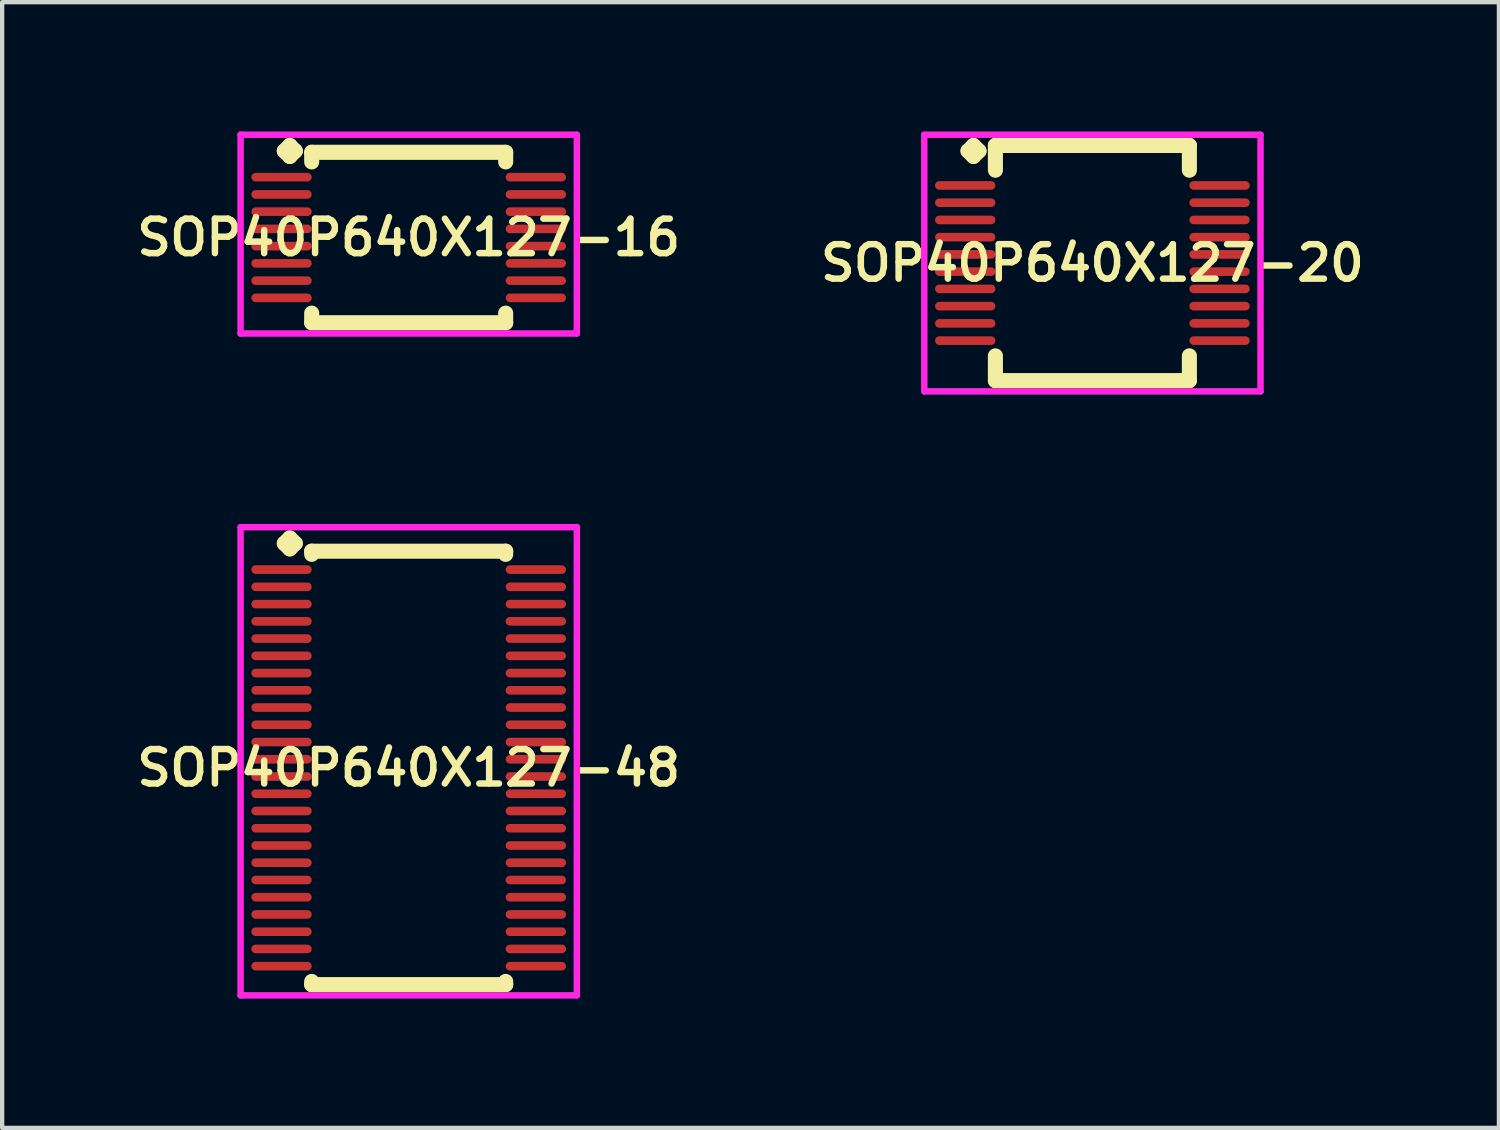
<source format=kicad_pcb>
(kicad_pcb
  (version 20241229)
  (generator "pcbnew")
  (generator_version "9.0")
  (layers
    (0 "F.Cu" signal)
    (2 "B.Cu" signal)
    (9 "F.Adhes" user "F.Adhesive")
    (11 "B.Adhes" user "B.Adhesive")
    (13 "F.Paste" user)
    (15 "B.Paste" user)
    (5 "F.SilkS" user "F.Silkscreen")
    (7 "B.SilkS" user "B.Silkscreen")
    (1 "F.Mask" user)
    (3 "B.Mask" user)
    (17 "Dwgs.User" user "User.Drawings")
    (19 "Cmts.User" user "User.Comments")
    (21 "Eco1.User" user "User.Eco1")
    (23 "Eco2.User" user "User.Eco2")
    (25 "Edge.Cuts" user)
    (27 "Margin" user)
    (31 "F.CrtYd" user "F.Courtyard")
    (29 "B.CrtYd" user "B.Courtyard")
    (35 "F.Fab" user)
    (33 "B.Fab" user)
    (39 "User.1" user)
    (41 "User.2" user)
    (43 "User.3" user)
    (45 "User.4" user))
  (footprint "SOP40P640X127-20"
    (layer "F.Cu")
    (at 22.292 3.052)
    (property "Reference" "SOP40P640X127-20" (at 0 0 0) (layer "F.SilkS") (effects (font (size 0.8 0.8) (thickness 0.15))))
    (attr smd)
    (fp_line (start -2.885 -2.6) (end -2.758 -2.727) (stroke (width 0.35) (type solid)) (layer "F.SilkS"))
    (fp_line (start -2.758 -2.727) (end -2.631 -2.6) (stroke (width 0.35) (type solid)) (layer "F.SilkS"))
    (fp_line (start -2.758 -2.473) (end -2.885 -2.6) (stroke (width 0.35) (type solid)) (layer "F.SilkS"))
    (fp_line (start -2.631 -2.6) (end -2.758 -2.473) (stroke (width 0.35) (type solid)) (layer "F.SilkS"))
    (fp_line (start -2.25 -2.727) (end 2.25 -2.727) (stroke (width 0.35) (type solid)) (layer "F.SilkS"))
    (fp_line (start -2.25 -2.154) (end -2.25 -2.727) (stroke (width 0.35) (type solid)) (layer "F.SilkS"))
    (fp_line (start -2.25 2.154) (end -2.25 2.727) (stroke (width 0.35) (type solid)) (layer "F.SilkS"))
    (fp_line (start -2.25 2.727) (end 2.25 2.727) (stroke (width 0.35) (type solid)) (layer "F.SilkS"))
    (fp_line (start 2.25 -2.727) (end 2.25 -2.154) (stroke (width 0.35) (type solid)) (layer "F.SilkS"))
    (fp_line (start 2.25 2.727) (end 2.25 2.154) (stroke (width 0.35) (type solid)) (layer "F.SilkS"))
    (fp_line (start -3.9 -2.977) (end 3.9 -2.977) (stroke (width 0.15) (type solid)) (layer "F.CrtYd"))
    (fp_line (start -3.9 2.977) (end -3.9 -2.977) (stroke (width 0.15) (type solid)) (layer "F.CrtYd"))
    (fp_line (start 3.9 -2.977) (end 3.9 2.977) (stroke (width 0.15) (type solid)) (layer "F.CrtYd"))
    (fp_line (start 3.9 2.977) (end -3.9 2.977) (stroke (width 0.15) (type solid)) (layer "F.CrtYd"))
    (pad "1" smd oval (at -2.95 -1.8) (size 1.4 0.2) (layers "F.Cu" "F.Mask" "F.Paste"))
    (pad "2" smd oval (at -2.95 -1.4) (size 1.4 0.2) (layers "F.Cu" "F.Mask" "F.Paste"))
    (pad "3" smd oval (at -2.95 -1) (size 1.4 0.2) (layers "F.Cu" "F.Mask" "F.Paste"))
    (pad "4" smd oval (at -2.95 -0.6) (size 1.4 0.2) (layers "F.Cu" "F.Mask" "F.Paste"))
    (pad "5" smd oval (at -2.95 -0.2) (size 1.4 0.2) (layers "F.Cu" "F.Mask" "F.Paste"))
    (pad "6" smd oval (at -2.95 0.2) (size 1.4 0.2) (layers "F.Cu" "F.Mask" "F.Paste"))
    (pad "7" smd oval (at -2.95 0.6) (size 1.4 0.2) (layers "F.Cu" "F.Mask" "F.Paste"))
    (pad "8" smd oval (at -2.95 1) (size 1.4 0.2) (layers "F.Cu" "F.Mask" "F.Paste"))
    (pad "9" smd oval (at -2.95 1.4) (size 1.4 0.2) (layers "F.Cu" "F.Mask" "F.Paste"))
    (pad "10" smd oval (at -2.95 1.8) (size 1.4 0.2) (layers "F.Cu" "F.Mask" "F.Paste"))
    (pad "11" smd oval (at 2.95 1.8) (size 1.4 0.2) (layers "F.Cu" "F.Mask" "F.Paste"))
    (pad "12" smd oval (at 2.95 1.4) (size 1.4 0.2) (layers "F.Cu" "F.Mask" "F.Paste"))
    (pad "13" smd oval (at 2.95 1) (size 1.4 0.2) (layers "F.Cu" "F.Mask" "F.Paste"))
    (pad "14" smd oval (at 2.95 0.6) (size 1.4 0.2) (layers "F.Cu" "F.Mask" "F.Paste"))
    (pad "15" smd oval (at 2.95 0.2) (size 1.4 0.2) (layers "F.Cu" "F.Mask" "F.Paste"))
    (pad "16" smd oval (at 2.95 -0.2) (size 1.4 0.2) (layers "F.Cu" "F.Mask" "F.Paste"))
    (pad "17" smd oval (at 2.95 -0.6) (size 1.4 0.2) (layers "F.Cu" "F.Mask" "F.Paste"))
    (pad "18" smd oval (at 2.95 -1) (size 1.4 0.2) (layers "F.Cu" "F.Mask" "F.Paste"))
    (pad "19" smd oval (at 2.95 -1.4) (size 1.4 0.2) (layers "F.Cu" "F.Mask" "F.Paste"))
    (pad "20" smd oval (at 2.95 -1.8) (size 1.4 0.2) (layers "F.Cu" "F.Mask" "F.Paste")))
  (footprint "SOP40P640X127-16"
    (layer "F.Cu")
    (at 6.431 2.46)
    (property "Reference" "SOP40P640X127-16" (at 0 0 0) (layer "F.SilkS") (effects (font (size 0.8 0.8) (thickness 0.15))))
    (attr smd)
    (fp_line (start -2.885 -2.008) (end -2.758 -2.135) (stroke (width 0.35) (type solid)) (layer "F.SilkS"))
    (fp_line (start -2.758 -2.135) (end -2.631 -2.008) (stroke (width 0.35) (type solid)) (layer "F.SilkS"))
    (fp_line (start -2.758 -1.881) (end -2.885 -2.008) (stroke (width 0.35) (type solid)) (layer "F.SilkS"))
    (fp_line (start -2.631 -2.008) (end -2.758 -1.881) (stroke (width 0.35) (type solid)) (layer "F.SilkS"))
    (fp_line (start -2.25 -1.977) (end 2.25 -1.977) (stroke (width 0.35) (type solid)) (layer "F.SilkS"))
    (fp_line (start -2.25 -1.754) (end -2.25 -1.977) (stroke (width 0.35) (type solid)) (layer "F.SilkS"))
    (fp_line (start -2.25 1.754) (end -2.25 1.977) (stroke (width 0.35) (type solid)) (layer "F.SilkS"))
    (fp_line (start -2.25 1.977) (end 2.25 1.977) (stroke (width 0.35) (type solid)) (layer "F.SilkS"))
    (fp_line (start 2.25 -1.977) (end 2.25 -1.754) (stroke (width 0.35) (type solid)) (layer "F.SilkS"))
    (fp_line (start 2.25 1.977) (end 2.25 1.754) (stroke (width 0.35) (type solid)) (layer "F.SilkS"))
    (fp_line (start -3.9 -2.385) (end 3.9 -2.385) (stroke (width 0.15) (type solid)) (layer "F.CrtYd"))
    (fp_line (start -3.9 2.227) (end -3.9 -2.385) (stroke (width 0.15) (type solid)) (layer "F.CrtYd"))
    (fp_line (start 3.9 -2.385) (end 3.9 2.227) (stroke (width 0.15) (type solid)) (layer "F.CrtYd"))
    (fp_line (start 3.9 2.227) (end -3.9 2.227) (stroke (width 0.15) (type solid)) (layer "F.CrtYd"))
    (pad "1" smd oval (at -2.95 -1.4) (size 1.4 0.2) (layers "F.Cu" "F.Mask" "F.Paste"))
    (pad "2" smd oval (at -2.95 -1) (size 1.4 0.2) (layers "F.Cu" "F.Mask" "F.Paste"))
    (pad "3" smd oval (at -2.95 -0.6) (size 1.4 0.2) (layers "F.Cu" "F.Mask" "F.Paste"))
    (pad "4" smd oval (at -2.95 -0.2) (size 1.4 0.2) (layers "F.Cu" "F.Mask" "F.Paste"))
    (pad "5" smd oval (at -2.95 0.2) (size 1.4 0.2) (layers "F.Cu" "F.Mask" "F.Paste"))
    (pad "6" smd oval (at -2.95 0.6) (size 1.4 0.2) (layers "F.Cu" "F.Mask" "F.Paste"))
    (pad "7" smd oval (at -2.95 1) (size 1.4 0.2) (layers "F.Cu" "F.Mask" "F.Paste"))
    (pad "8" smd oval (at -2.95 1.4) (size 1.4 0.2) (layers "F.Cu" "F.Mask" "F.Paste"))
    (pad "9" smd oval (at 2.95 1.4) (size 1.4 0.2) (layers "F.Cu" "F.Mask" "F.Paste"))
    (pad "10" smd oval (at 2.95 1) (size 1.4 0.2) (layers "F.Cu" "F.Mask" "F.Paste"))
    (pad "11" smd oval (at 2.95 0.6) (size 1.4 0.2) (layers "F.Cu" "F.Mask" "F.Paste"))
    (pad "12" smd oval (at 2.95 0.2) (size 1.4 0.2) (layers "F.Cu" "F.Mask" "F.Paste"))
    (pad "13" smd oval (at 2.95 -0.2) (size 1.4 0.2) (layers "F.Cu" "F.Mask" "F.Paste"))
    (pad "14" smd oval (at 2.95 -0.6) (size 1.4 0.2) (layers "F.Cu" "F.Mask" "F.Paste"))
    (pad "15" smd oval (at 2.95 -1) (size 1.4 0.2) (layers "F.Cu" "F.Mask" "F.Paste"))
    (pad "16" smd oval (at 2.95 -1.4) (size 1.4 0.2) (layers "F.Cu" "F.Mask" "F.Paste")))
  (footprint "SOP40P640X127-48"
    (layer "F.Cu")
    (at 6.431 14.764)
    (property "Reference" "SOP40P640X127-48" (at 0 0 0) (layer "F.SilkS") (effects (font (size 0.8 0.8) (thickness 0.15))))
    (attr smd)
    (fp_line (start -2.885 -5.208) (end -2.758 -5.335) (stroke (width 0.35) (type solid)) (layer "F.SilkS"))
    (fp_line (start -2.758 -5.335) (end -2.631 -5.208) (stroke (width 0.35) (type solid)) (layer "F.SilkS"))
    (fp_line (start -2.758 -5.081) (end -2.885 -5.208) (stroke (width 0.35) (type solid)) (layer "F.SilkS"))
    (fp_line (start -2.631 -5.208) (end -2.758 -5.081) (stroke (width 0.35) (type solid)) (layer "F.SilkS"))
    (fp_line (start -2.25 -5.027) (end 2.25 -5.027) (stroke (width 0.35) (type solid)) (layer "F.SilkS"))
    (fp_line (start -2.25 -4.954) (end -2.25 -5.027) (stroke (width 0.35) (type solid)) (layer "F.SilkS"))
    (fp_line (start -2.25 4.954) (end -2.25 5.027) (stroke (width 0.35) (type solid)) (layer "F.SilkS"))
    (fp_line (start -2.25 5.027) (end 2.25 5.027) (stroke (width 0.35) (type solid)) (layer "F.SilkS"))
    (fp_line (start 2.25 -5.027) (end 2.25 -4.954) (stroke (width 0.35) (type solid)) (layer "F.SilkS"))
    (fp_line (start 2.25 5.027) (end 2.25 4.954) (stroke (width 0.35) (type solid)) (layer "F.SilkS"))
    (fp_line (start -3.9 -5.585) (end 3.9 -5.585) (stroke (width 0.15) (type solid)) (layer "F.CrtYd"))
    (fp_line (start -3.9 5.277) (end -3.9 -5.585) (stroke (width 0.15) (type solid)) (layer "F.CrtYd"))
    (fp_line (start 3.9 -5.585) (end 3.9 5.277) (stroke (width 0.15) (type solid)) (layer "F.CrtYd"))
    (fp_line (start 3.9 5.277) (end -3.9 5.277) (stroke (width 0.15) (type solid)) (layer "F.CrtYd"))
    (pad "1" smd oval (at -2.95 -4.6) (size 1.4 0.2) (layers "F.Cu" "F.Mask" "F.Paste"))
    (pad "2" smd oval (at -2.95 -4.2) (size 1.4 0.2) (layers "F.Cu" "F.Mask" "F.Paste"))
    (pad "3" smd oval (at -2.95 -3.8) (size 1.4 0.2) (layers "F.Cu" "F.Mask" "F.Paste"))
    (pad "4" smd oval (at -2.95 -3.4) (size 1.4 0.2) (layers "F.Cu" "F.Mask" "F.Paste"))
    (pad "5" smd oval (at -2.95 -3) (size 1.4 0.2) (layers "F.Cu" "F.Mask" "F.Paste"))
    (pad "6" smd oval (at -2.95 -2.6) (size 1.4 0.2) (layers "F.Cu" "F.Mask" "F.Paste"))
    (pad "7" smd oval (at -2.95 -2.2) (size 1.4 0.2) (layers "F.Cu" "F.Mask" "F.Paste"))
    (pad "8" smd oval (at -2.95 -1.8) (size 1.4 0.2) (layers "F.Cu" "F.Mask" "F.Paste"))
    (pad "9" smd oval (at -2.95 -1.4) (size 1.4 0.2) (layers "F.Cu" "F.Mask" "F.Paste"))
    (pad "10" smd oval (at -2.95 -1) (size 1.4 0.2) (layers "F.Cu" "F.Mask" "F.Paste"))
    (pad "11" smd oval (at -2.95 -0.6) (size 1.4 0.2) (layers "F.Cu" "F.Mask" "F.Paste"))
    (pad "12" smd oval (at -2.95 -0.2) (size 1.4 0.2) (layers "F.Cu" "F.Mask" "F.Paste"))
    (pad "13" smd oval (at -2.95 0.2) (size 1.4 0.2) (layers "F.Cu" "F.Mask" "F.Paste"))
    (pad "14" smd oval (at -2.95 0.6) (size 1.4 0.2) (layers "F.Cu" "F.Mask" "F.Paste"))
    (pad "15" smd oval (at -2.95 1) (size 1.4 0.2) (layers "F.Cu" "F.Mask" "F.Paste"))
    (pad "16" smd oval (at -2.95 1.4) (size 1.4 0.2) (layers "F.Cu" "F.Mask" "F.Paste"))
    (pad "17" smd oval (at -2.95 1.8) (size 1.4 0.2) (layers "F.Cu" "F.Mask" "F.Paste"))
    (pad "18" smd oval (at -2.95 2.2) (size 1.4 0.2) (layers "F.Cu" "F.Mask" "F.Paste"))
    (pad "19" smd oval (at -2.95 2.6) (size 1.4 0.2) (layers "F.Cu" "F.Mask" "F.Paste"))
    (pad "20" smd oval (at -2.95 3) (size 1.4 0.2) (layers "F.Cu" "F.Mask" "F.Paste"))
    (pad "21" smd oval (at -2.95 3.4) (size 1.4 0.2) (layers "F.Cu" "F.Mask" "F.Paste"))
    (pad "22" smd oval (at -2.95 3.8) (size 1.4 0.2) (layers "F.Cu" "F.Mask" "F.Paste"))
    (pad "23" smd oval (at -2.95 4.2) (size 1.4 0.2) (layers "F.Cu" "F.Mask" "F.Paste"))
    (pad "24" smd oval (at -2.95 4.6) (size 1.4 0.2) (layers "F.Cu" "F.Mask" "F.Paste"))
    (pad "25" smd oval (at 2.95 4.6) (size 1.4 0.2) (layers "F.Cu" "F.Mask" "F.Paste"))
    (pad "26" smd oval (at 2.95 4.2) (size 1.4 0.2) (layers "F.Cu" "F.Mask" "F.Paste"))
    (pad "27" smd oval (at 2.95 3.8) (size 1.4 0.2) (layers "F.Cu" "F.Mask" "F.Paste"))
    (pad "28" smd oval (at 2.95 3.4) (size 1.4 0.2) (layers "F.Cu" "F.Mask" "F.Paste"))
    (pad "29" smd oval (at 2.95 3) (size 1.4 0.2) (layers "F.Cu" "F.Mask" "F.Paste"))
    (pad "30" smd oval (at 2.95 2.6) (size 1.4 0.2) (layers "F.Cu" "F.Mask" "F.Paste"))
    (pad "31" smd oval (at 2.95 2.2) (size 1.4 0.2) (layers "F.Cu" "F.Mask" "F.Paste"))
    (pad "32" smd oval (at 2.95 1.8) (size 1.4 0.2) (layers "F.Cu" "F.Mask" "F.Paste"))
    (pad "33" smd oval (at 2.95 1.4) (size 1.4 0.2) (layers "F.Cu" "F.Mask" "F.Paste"))
    (pad "34" smd oval (at 2.95 1) (size 1.4 0.2) (layers "F.Cu" "F.Mask" "F.Paste"))
    (pad "35" smd oval (at 2.95 0.6) (size 1.4 0.2) (layers "F.Cu" "F.Mask" "F.Paste"))
    (pad "36" smd oval (at 2.95 0.2) (size 1.4 0.2) (layers "F.Cu" "F.Mask" "F.Paste"))
    (pad "37" smd oval (at 2.95 -0.2) (size 1.4 0.2) (layers "F.Cu" "F.Mask" "F.Paste"))
    (pad "38" smd oval (at 2.95 -0.6) (size 1.4 0.2) (layers "F.Cu" "F.Mask" "F.Paste"))
    (pad "39" smd oval (at 2.95 -1) (size 1.4 0.2) (layers "F.Cu" "F.Mask" "F.Paste"))
    (pad "40" smd oval (at 2.95 -1.4) (size 1.4 0.2) (layers "F.Cu" "F.Mask" "F.Paste"))
    (pad "41" smd oval (at 2.95 -1.8) (size 1.4 0.2) (layers "F.Cu" "F.Mask" "F.Paste"))
    (pad "42" smd oval (at 2.95 -2.2) (size 1.4 0.2) (layers "F.Cu" "F.Mask" "F.Paste"))
    (pad "43" smd oval (at 2.95 -2.6) (size 1.4 0.2) (layers "F.Cu" "F.Mask" "F.Paste"))
    (pad "44" smd oval (at 2.95 -3) (size 1.4 0.2) (layers "F.Cu" "F.Mask" "F.Paste"))
    (pad "45" smd oval (at 2.95 -3.4) (size 1.4 0.2) (layers "F.Cu" "F.Mask" "F.Paste"))
    (pad "46" smd oval (at 2.95 -3.8) (size 1.4 0.2) (layers "F.Cu" "F.Mask" "F.Paste"))
    (pad "47" smd oval (at 2.95 -4.2) (size 1.4 0.2) (layers "F.Cu" "F.Mask" "F.Paste"))
    (pad "48" smd oval (at 2.95 -4.6) (size 1.4 0.2) (layers "F.Cu" "F.Mask" "F.Paste")))
  (gr_rect
    (start -3 -3)
    (end 31.723 23.116)
    (stroke (width 0.1) (type default))
    (fill no)
    (layer "Edge.Cuts")))
</source>
